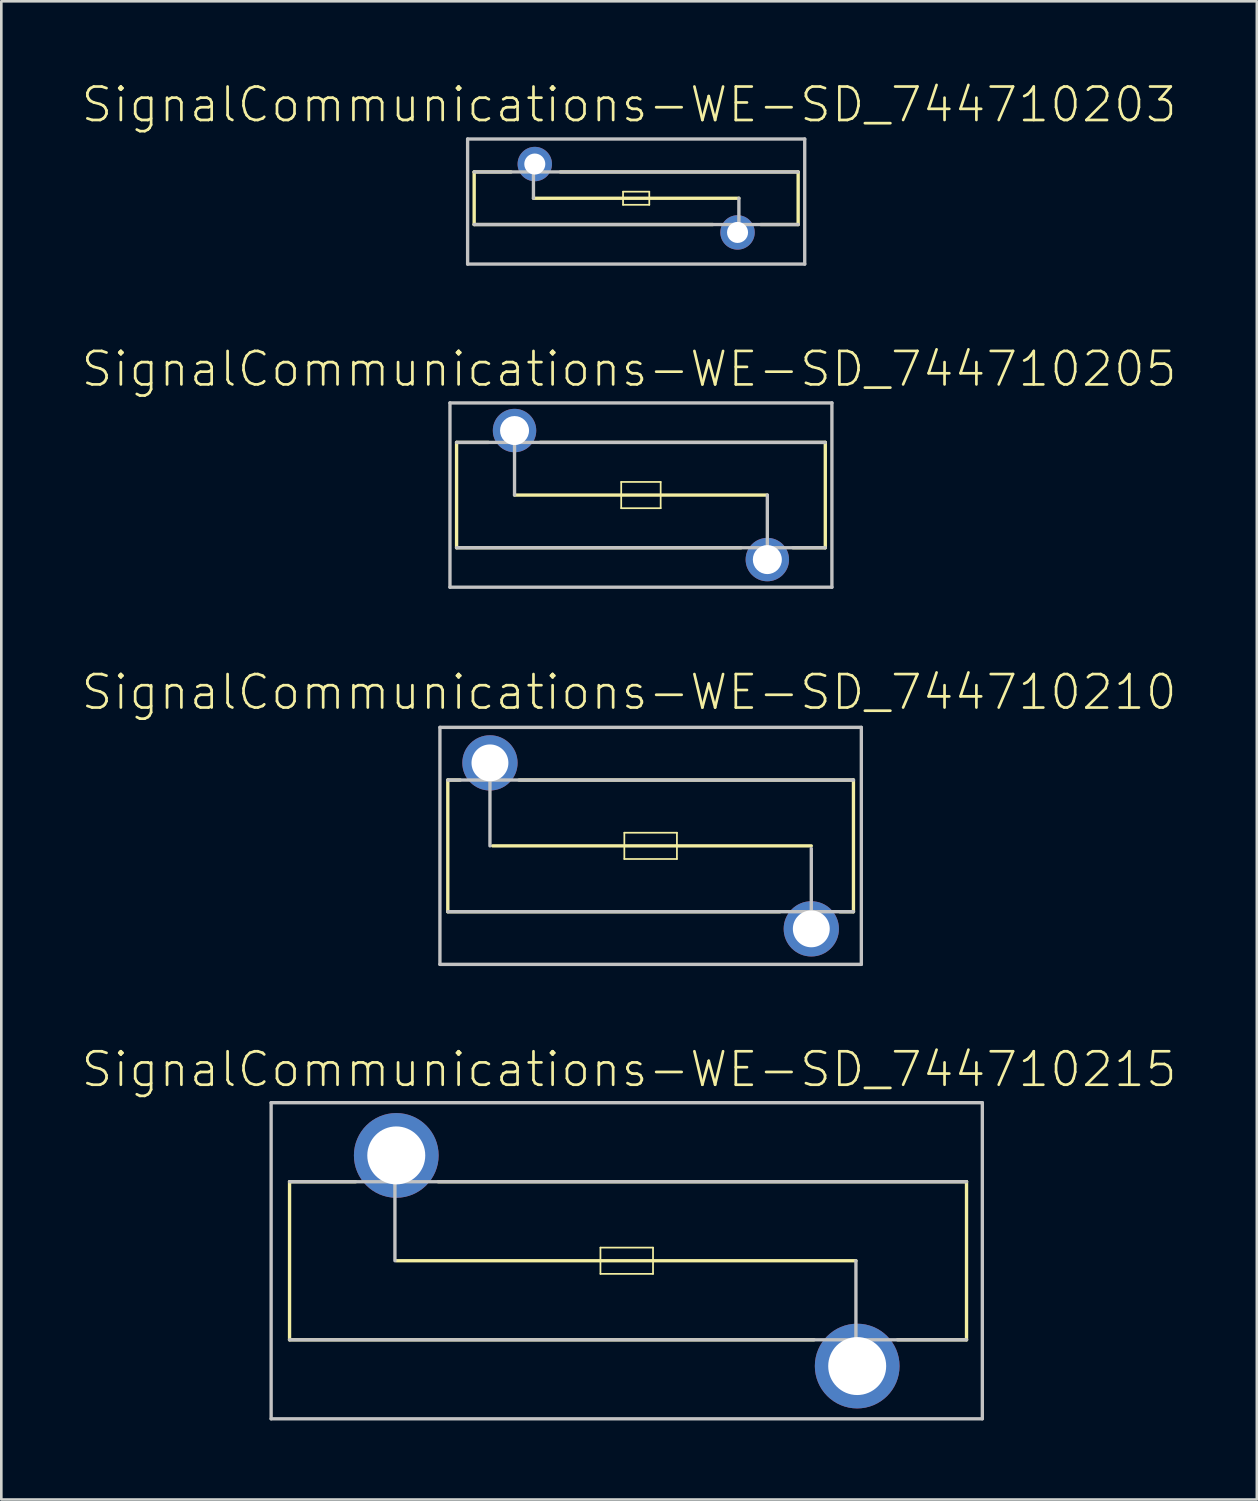
<source format=kicad_pcb>
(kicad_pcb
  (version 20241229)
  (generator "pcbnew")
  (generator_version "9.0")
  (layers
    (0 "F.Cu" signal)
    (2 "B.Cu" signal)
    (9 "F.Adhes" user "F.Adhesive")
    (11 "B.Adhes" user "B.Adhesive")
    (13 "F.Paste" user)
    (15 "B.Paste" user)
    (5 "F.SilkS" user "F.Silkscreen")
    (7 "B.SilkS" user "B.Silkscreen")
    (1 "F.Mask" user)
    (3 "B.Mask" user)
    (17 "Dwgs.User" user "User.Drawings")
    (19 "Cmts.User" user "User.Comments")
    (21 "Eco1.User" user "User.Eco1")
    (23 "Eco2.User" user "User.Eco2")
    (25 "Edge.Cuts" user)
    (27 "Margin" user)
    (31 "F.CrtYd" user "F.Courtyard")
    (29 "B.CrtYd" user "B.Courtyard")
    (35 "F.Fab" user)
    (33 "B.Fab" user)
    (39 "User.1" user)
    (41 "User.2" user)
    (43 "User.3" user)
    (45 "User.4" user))
  (footprint "SignalCommunications-WE-SD_744710203"
    (layer "F.Cu")
    (at 21.098 4.475)
    (property "Reference" "SignalCommunications-WE-SD_744710203" (at -0.269 -3.553 0) (layer "F.SilkS") (effects (font (size 1.27 1.27) (thickness 0.102))))
    (attr exclude_from_pos_files exclude_from_bom)
    (fp_line (start -6.149 -0.998) (end -6.149 0.998) (stroke (width 0.127) (type solid)) (layer "F.SilkS"))
    (fp_line (start -4.75 -0.998) (end -6.149 -0.998) (stroke (width 0.127) (type solid)) (layer "F.SilkS"))
    (fp_line (start -3.899 0) (end 3.899 0) (stroke (width 0.127) (type solid)) (layer "F.SilkS"))
    (fp_line (start -2.878 -0.998) (end 6.149 -0.998) (stroke (width 0.127) (type solid)) (layer "F.SilkS"))
    (fp_line (start -0.498 -0.249) (end 0.498 -0.249) (stroke (width 0.066) (type solid)) (layer "F.SilkS"))
    (fp_line (start -0.498 0.249) (end -0.498 -0.249) (stroke (width 0.066) (type solid)) (layer "F.SilkS"))
    (fp_line (start -0.498 0.249) (end 0.498 0.249) (stroke (width 0.066) (type solid)) (layer "F.SilkS"))
    (fp_line (start 0.498 0.249) (end 0.498 -0.249) (stroke (width 0.066) (type solid)) (layer "F.SilkS"))
    (fp_line (start 2.908 0.998) (end -6.149 0.998) (stroke (width 0.127) (type solid)) (layer "F.SilkS"))
    (fp_line (start 4.729 0.998) (end 6.149 0.998) (stroke (width 0.127) (type solid)) (layer "F.SilkS"))
    (fp_line (start 6.149 -0.998) (end 6.149 0.998) (stroke (width 0.127) (type solid)) (layer "F.SilkS"))
    (fp_line (start -6.398 -2.248) (end 6.398 -2.248) (stroke (width 0.127) (type solid)) (layer "Dwgs.User"))
    (fp_line (start -6.398 2.499) (end -6.398 -2.248) (stroke (width 0.127) (type solid)) (layer "Dwgs.User"))
    (fp_line (start -6.149 -0.998) (end 6.149 -0.998) (stroke (width 0.127) (type solid)) (layer "Dwgs.User"))
    (fp_line (start -6.149 0.998) (end 6.149 0.998) (stroke (width 0.127) (type solid)) (layer "Dwgs.User"))
    (fp_line (start -3.899 -1.199) (end -3.899 0) (stroke (width 0.127) (type solid)) (layer "Dwgs.User"))
    (fp_line (start 3.899 1.298) (end 3.899 0) (stroke (width 0.127) (type solid)) (layer "Dwgs.User"))
    (fp_line (start 6.398 -2.248) (end 6.398 2.499) (stroke (width 0.127) (type solid)) (layer "Dwgs.User"))
    (fp_line (start 6.398 2.499) (end -6.398 2.499) (stroke (width 0.127) (type solid)) (layer "Dwgs.User"))
    (pad "1" thru_hole circle (at -3.848 -1.298) (size 1.306 1.306) (drill 0.798) (layers "*.Cu" "*.Paste" "*.Mask"))
    (pad "2" thru_hole circle (at 3.848 1.298) (size 1.306 1.306) (drill 0.798) (layers "*.Cu" "*.Paste" "*.Mask")))
  (footprint "SignalCommunications-WE-SD_744710215"
    (layer "F.Cu")
    (at 20.74 44.806)
    (property "Reference" "SignalCommunications-WE-SD_744710215" (at 0.089 -7.264 0) (layer "F.SilkS") (effects (font (size 1.27 1.27) (thickness 0.102))))
    (attr exclude_from_pos_files exclude_from_bom)
    (fp_line (start -12.799 -3) (end -12.799 3) (stroke (width 0.127) (type solid)) (layer "F.SilkS"))
    (fp_line (start -10.29 -3) (end -12.799 -3) (stroke (width 0.127) (type solid)) (layer "F.SilkS"))
    (fp_line (start -8.748 0) (end 8.7 0) (stroke (width 0.127) (type solid)) (layer "F.SilkS"))
    (fp_line (start -7.158 -3) (end 12.898 -3) (stroke (width 0.127) (type solid)) (layer "F.SilkS"))
    (fp_line (start -0.998 -0.498) (end 0.998 -0.498) (stroke (width 0.066) (type solid)) (layer "F.SilkS"))
    (fp_line (start -0.998 0.498) (end -0.998 -0.498) (stroke (width 0.066) (type solid)) (layer "F.SilkS"))
    (fp_line (start -0.998 0.498) (end 0.998 0.498) (stroke (width 0.066) (type solid)) (layer "F.SilkS"))
    (fp_line (start 0.998 0.498) (end 0.998 -0.498) (stroke (width 0.066) (type solid)) (layer "F.SilkS"))
    (fp_line (start 7.109 3) (end -12.799 3) (stroke (width 0.127) (type solid)) (layer "F.SilkS"))
    (fp_line (start 10.279 3) (end 12.898 3) (stroke (width 0.127) (type solid)) (layer "F.SilkS"))
    (fp_line (start 12.898 -3) (end 12.898 3) (stroke (width 0.127) (type solid)) (layer "F.SilkS"))
    (fp_line (start -13.498 -5.999) (end 13.498 -5.999) (stroke (width 0.127) (type solid)) (layer "Dwgs.User"))
    (fp_line (start -13.498 5.999) (end -13.498 -5.999) (stroke (width 0.127) (type solid)) (layer "Dwgs.User"))
    (fp_line (start -12.799 -3) (end 12.898 -3) (stroke (width 0.127) (type solid)) (layer "Dwgs.User"))
    (fp_line (start -12.799 3) (end 12.898 3) (stroke (width 0.127) (type solid)) (layer "Dwgs.User"))
    (fp_line (start -8.799 -3.899) (end -8.799 0) (stroke (width 0.127) (type solid)) (layer "Dwgs.User"))
    (fp_line (start 8.7 3.998) (end 8.7 0) (stroke (width 0.127) (type solid)) (layer "Dwgs.User"))
    (fp_line (start 13.498 -5.999) (end 13.498 5.999) (stroke (width 0.127) (type solid)) (layer "Dwgs.User"))
    (fp_line (start 13.498 5.999) (end -13.498 5.999) (stroke (width 0.127) (type solid)) (layer "Dwgs.User"))
    (pad "1" thru_hole circle (at -8.748 -3.998) (size 3.216 3.216) (drill 2.2) (layers "*.Cu" "*.Paste" "*.Mask"))
    (pad "2" thru_hole circle (at 8.748 3.998) (size 3.216 3.216) (drill 2.2) (layers "*.Cu" "*.Paste" "*.Mask")))
  (footprint "SignalCommunications-WE-SD_744710210"
    (layer "F.Cu")
    (at 21.647 29.058)
    (property "Reference" "SignalCommunications-WE-SD_744710210" (at -0.818 -5.834 0) (layer "F.SilkS") (effects (font (size 1.27 1.27) (thickness 0.102))))
    (attr exclude_from_pos_files exclude_from_bom)
    (fp_line (start -7.699 -2.499) (end -7.699 2.499) (stroke (width 0.127) (type solid)) (layer "F.SilkS"))
    (fp_line (start -7.229 -2.499) (end -7.699 -2.499) (stroke (width 0.127) (type solid)) (layer "F.SilkS"))
    (fp_line (start -5.999 0) (end 6.099 0) (stroke (width 0.127) (type solid)) (layer "F.SilkS"))
    (fp_line (start -4.999 -2.499) (end 7.699 -2.499) (stroke (width 0.127) (type solid)) (layer "F.SilkS"))
    (fp_line (start -0.998 -0.498) (end 0.998 -0.498) (stroke (width 0.066) (type solid)) (layer "F.SilkS"))
    (fp_line (start -0.998 0.498) (end -0.998 -0.498) (stroke (width 0.066) (type solid)) (layer "F.SilkS"))
    (fp_line (start -0.998 0.498) (end 0.998 0.498) (stroke (width 0.066) (type solid)) (layer "F.SilkS"))
    (fp_line (start 0.998 0.498) (end 0.998 -0.498) (stroke (width 0.066) (type solid)) (layer "F.SilkS"))
    (fp_line (start 4.91 2.499) (end -7.699 2.499) (stroke (width 0.127) (type solid)) (layer "F.SilkS"))
    (fp_line (start 7.178 2.499) (end 7.699 2.499) (stroke (width 0.127) (type solid)) (layer "F.SilkS"))
    (fp_line (start 7.699 -2.499) (end 7.699 2.499) (stroke (width 0.127) (type solid)) (layer "F.SilkS"))
    (fp_line (start -7.998 -4.498) (end 7.998 -4.498) (stroke (width 0.127) (type solid)) (layer "Dwgs.User"))
    (fp_line (start -7.998 4.498) (end -7.998 -4.498) (stroke (width 0.127) (type solid)) (layer "Dwgs.User"))
    (fp_line (start -7.699 -2.499) (end 7.699 -2.499) (stroke (width 0.127) (type solid)) (layer "Dwgs.User"))
    (fp_line (start -7.699 2.499) (end 7.699 2.499) (stroke (width 0.127) (type solid)) (layer "Dwgs.User"))
    (fp_line (start -6.099 -3.099) (end -6.099 0) (stroke (width 0.127) (type solid)) (layer "Dwgs.User"))
    (fp_line (start 6.099 0.099) (end 6.099 3.099) (stroke (width 0.127) (type solid)) (layer "Dwgs.User"))
    (fp_line (start 7.998 -4.498) (end 7.998 4.498) (stroke (width 0.127) (type solid)) (layer "Dwgs.User"))
    (fp_line (start 7.998 4.498) (end -7.998 4.498) (stroke (width 0.127) (type solid)) (layer "Dwgs.User"))
    (pad "1" thru_hole circle (at -6.099 -3.15) (size 2.098 2.098) (drill 1.4) (layers "*.Cu" "*.Paste" "*.Mask"))
    (pad "2" thru_hole circle (at 6.099 3.15) (size 2.098 2.098) (drill 1.4) (layers "*.Cu" "*.Paste" "*.Mask")))
  (footprint "SignalCommunications-WE-SD_744710205"
    (layer "F.Cu")
    (at 21.279 15.742)
    (property "Reference" "SignalCommunications-WE-SD_744710205" (at -0.45 -4.783 0) (layer "F.SilkS") (effects (font (size 1.27 1.27) (thickness 0.102))))
    (attr exclude_from_pos_files exclude_from_bom)
    (fp_line (start -6.998 -1.999) (end -6.998 1.999) (stroke (width 0.127) (type solid)) (layer "F.SilkS"))
    (fp_line (start -5.789 -1.999) (end -6.998 -1.999) (stroke (width 0.127) (type solid)) (layer "F.SilkS"))
    (fp_line (start -4.798 0) (end 4.798 0) (stroke (width 0.127) (type solid)) (layer "F.SilkS"))
    (fp_line (start -3.828 -1.999) (end 6.998 -1.999) (stroke (width 0.127) (type solid)) (layer "F.SilkS"))
    (fp_line (start -0.749 -0.498) (end 0.749 -0.498) (stroke (width 0.066) (type solid)) (layer "F.SilkS"))
    (fp_line (start -0.749 0.498) (end -0.749 -0.498) (stroke (width 0.066) (type solid)) (layer "F.SilkS"))
    (fp_line (start -0.749 0.498) (end 0.749 0.498) (stroke (width 0.066) (type solid)) (layer "F.SilkS"))
    (fp_line (start 0.749 0.498) (end 0.749 -0.498) (stroke (width 0.066) (type solid)) (layer "F.SilkS"))
    (fp_line (start 3.8 1.999) (end -6.998 1.999) (stroke (width 0.127) (type solid)) (layer "F.SilkS"))
    (fp_line (start 5.768 1.999) (end 6.998 1.999) (stroke (width 0.127) (type solid)) (layer "F.SilkS"))
    (fp_line (start 6.998 -1.999) (end 6.998 1.999) (stroke (width 0.127) (type solid)) (layer "F.SilkS"))
    (fp_line (start -7.249 -3.498) (end 7.249 -3.498) (stroke (width 0.127) (type solid)) (layer "Dwgs.User"))
    (fp_line (start -7.249 3.498) (end -7.249 -3.498) (stroke (width 0.127) (type solid)) (layer "Dwgs.User"))
    (fp_line (start -6.998 -1.999) (end 6.998 -1.999) (stroke (width 0.127) (type solid)) (layer "Dwgs.User"))
    (fp_line (start -6.998 1.999) (end 6.998 1.999) (stroke (width 0.127) (type solid)) (layer "Dwgs.User"))
    (fp_line (start -4.798 0) (end -4.798 -2.398) (stroke (width 0.127) (type solid)) (layer "Dwgs.User"))
    (fp_line (start 4.798 0) (end 4.798 2.398) (stroke (width 0.127) (type solid)) (layer "Dwgs.User"))
    (fp_line (start 7.249 -3.498) (end 7.249 3.498) (stroke (width 0.127) (type solid)) (layer "Dwgs.User"))
    (fp_line (start 7.249 3.498) (end -7.249 3.498) (stroke (width 0.127) (type solid)) (layer "Dwgs.User"))
    (pad "1" thru_hole circle (at -4.798 -2.449) (size 1.648 1.648) (drill 1.1) (layers "*.Cu" "*.Paste" "*.Mask"))
    (pad "2" thru_hole circle (at 4.798 2.449) (size 1.648 1.648) (drill 1.1) (layers "*.Cu" "*.Paste" "*.Mask")))
  (gr_rect
    (start -3 -3)
    (end 44.658 53.869)
    (stroke (width 0.1) (type default))
    (fill no)
    (layer "Edge.Cuts")))
</source>
